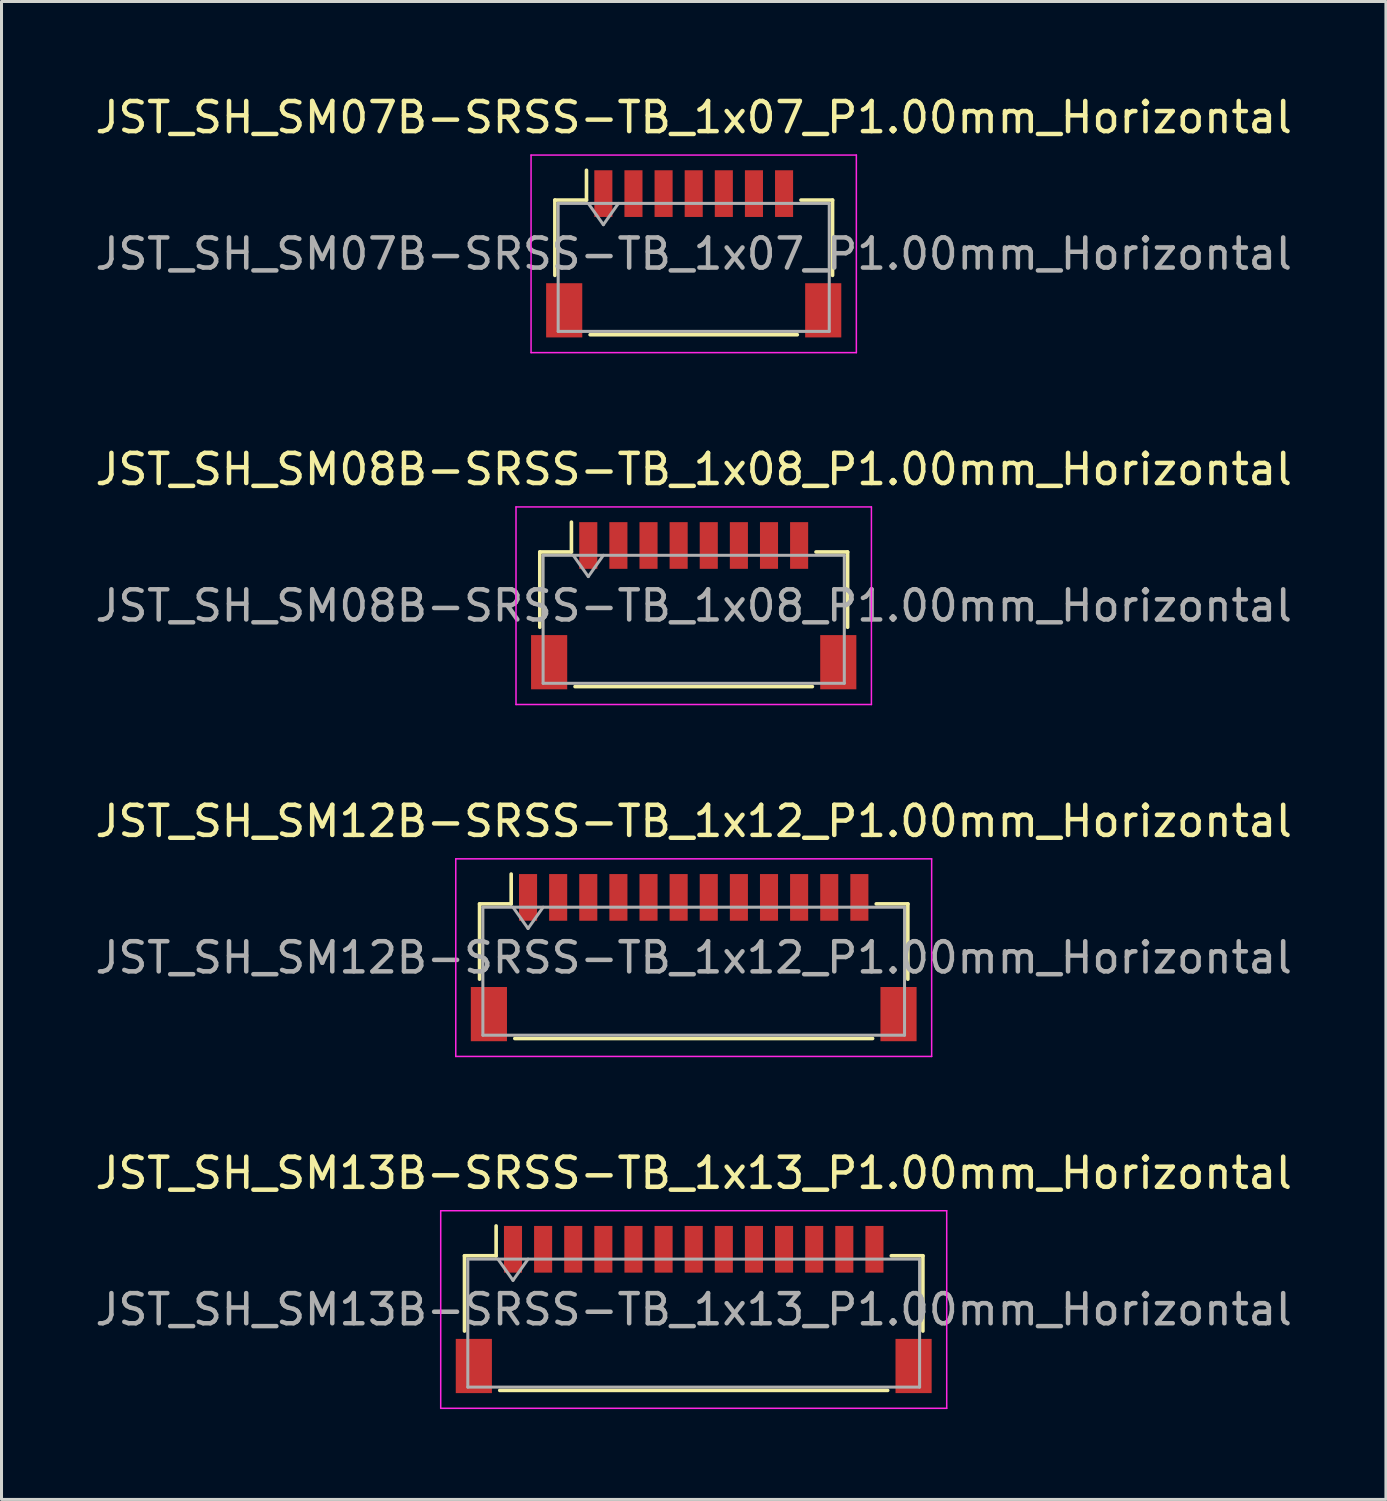
<source format=kicad_pcb>
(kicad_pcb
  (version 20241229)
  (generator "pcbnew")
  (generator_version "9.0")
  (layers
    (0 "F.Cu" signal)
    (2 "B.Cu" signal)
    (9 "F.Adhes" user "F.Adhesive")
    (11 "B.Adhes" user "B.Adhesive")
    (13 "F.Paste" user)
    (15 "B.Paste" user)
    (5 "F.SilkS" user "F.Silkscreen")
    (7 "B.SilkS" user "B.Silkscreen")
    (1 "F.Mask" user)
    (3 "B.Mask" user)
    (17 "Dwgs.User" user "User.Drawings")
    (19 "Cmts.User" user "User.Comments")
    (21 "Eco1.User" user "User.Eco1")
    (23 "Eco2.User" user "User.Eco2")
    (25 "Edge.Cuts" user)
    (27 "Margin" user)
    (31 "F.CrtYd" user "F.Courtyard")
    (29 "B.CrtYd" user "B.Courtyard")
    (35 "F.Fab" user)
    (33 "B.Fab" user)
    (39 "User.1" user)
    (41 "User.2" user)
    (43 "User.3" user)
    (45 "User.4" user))
  (footprint "JST_SH_SM12B-SRSS-TB_1x12_P1.00mm_Horizontal"
    (layer "F.Cu")
    (at 19.982 28.745)
    (property "Reference" "JST_SH_SM12B-SRSS-TB_1x12_P1.00mm_Horizontal" (at 0 -4.53 0) (layer "F.SilkS") (effects (font (size 1 1) (thickness 0.15))))
    (attr smd)
    (fp_line (start -7.11 -1.785) (end -6.06 -1.785) (stroke (width 0.12) (type solid)) (layer "F.SilkS"))
    (fp_line (start -7.11 0.715) (end -7.11 -1.785) (stroke (width 0.12) (type solid)) (layer "F.SilkS"))
    (fp_line (start -6.06 -1.785) (end -6.06 -2.775) (stroke (width 0.12) (type solid)) (layer "F.SilkS"))
    (fp_line (start -5.94 2.685) (end 5.94 2.685) (stroke (width 0.12) (type solid)) (layer "F.SilkS"))
    (fp_line (start 7.11 -1.785) (end 6.06 -1.785) (stroke (width 0.12) (type solid)) (layer "F.SilkS"))
    (fp_line (start 7.11 0.715) (end 7.11 -1.785) (stroke (width 0.12) (type solid)) (layer "F.SilkS"))
    (fp_line (start -7.9 -3.28) (end -7.9 3.28) (stroke (width 0.05) (type solid)) (layer "F.CrtYd"))
    (fp_line (start -7.9 3.28) (end 7.9 3.28) (stroke (width 0.05) (type solid)) (layer "F.CrtYd"))
    (fp_line (start 7.9 -3.28) (end -7.9 -3.28) (stroke (width 0.05) (type solid)) (layer "F.CrtYd"))
    (fp_line (start 7.9 3.28) (end 7.9 -3.28) (stroke (width 0.05) (type solid)) (layer "F.CrtYd"))
    (fp_line (start -7 -1.675) (end -7 2.575) (stroke (width 0.1) (type solid)) (layer "F.Fab"))
    (fp_line (start -7 -1.675) (end 7 -1.675) (stroke (width 0.1) (type solid)) (layer "F.Fab"))
    (fp_line (start -7 2.575) (end 7 2.575) (stroke (width 0.1) (type solid)) (layer "F.Fab"))
    (fp_line (start -6 -1.675) (end -5.5 -0.968) (stroke (width 0.1) (type solid)) (layer "F.Fab"))
    (fp_line (start -5.5 -0.968) (end -5 -1.675) (stroke (width 0.1) (type solid)) (layer "F.Fab"))
    (fp_line (start 7 -1.675) (end 7 2.575) (stroke (width 0.1) (type solid)) (layer "F.Fab"))
    (fp_text user "${REFERENCE}" (at 0 0 0) (layer "F.Fab") (effects (font (size 1 1) (thickness 0.15))))
    (pad "" smd rect (at -6.8 1.875) (size 1.2 1.8) (layers "F.Cu" "F.Mask" "F.Paste"))
    (pad "" smd rect (at 6.8 1.875) (size 1.2 1.8) (layers "F.Cu" "F.Mask" "F.Paste"))
    (pad "1" smd rect (at -5.5 -2) (size 0.6 1.55) (layers "F.Cu" "F.Mask" "F.Paste"))
    (pad "2" smd rect (at -4.5 -2) (size 0.6 1.55) (layers "F.Cu" "F.Mask" "F.Paste"))
    (pad "3" smd rect (at -3.5 -2) (size 0.6 1.55) (layers "F.Cu" "F.Mask" "F.Paste"))
    (pad "4" smd rect (at -2.5 -2) (size 0.6 1.55) (layers "F.Cu" "F.Mask" "F.Paste"))
    (pad "5" smd rect (at -1.5 -2) (size 0.6 1.55) (layers "F.Cu" "F.Mask" "F.Paste"))
    (pad "6" smd rect (at -0.5 -2) (size 0.6 1.55) (layers "F.Cu" "F.Mask" "F.Paste"))
    (pad "7" smd rect (at 0.5 -2) (size 0.6 1.55) (layers "F.Cu" "F.Mask" "F.Paste"))
    (pad "8" smd rect (at 1.5 -2) (size 0.6 1.55) (layers "F.Cu" "F.Mask" "F.Paste"))
    (pad "9" smd rect (at 2.5 -2) (size 0.6 1.55) (layers "F.Cu" "F.Mask" "F.Paste"))
    (pad "10" smd rect (at 3.5 -2) (size 0.6 1.55) (layers "F.Cu" "F.Mask" "F.Paste"))
    (pad "11" smd rect (at 4.5 -2) (size 0.6 1.55) (layers "F.Cu" "F.Mask" "F.Paste"))
    (pad "12" smd rect (at 5.5 -2) (size 0.6 1.55) (layers "F.Cu" "F.Mask" "F.Paste")))
  (footprint "JST_SH_SM08B-SRSS-TB_1x08_P1.00mm_Horizontal"
    (layer "F.Cu")
    (at 19.982 17.061)
    (property "Reference" "JST_SH_SM08B-SRSS-TB_1x08_P1.00mm_Horizontal" (at 0 -4.53 0) (layer "F.SilkS") (effects (font (size 1 1) (thickness 0.15))))
    (attr smd)
    (fp_line (start -5.11 -1.785) (end -4.06 -1.785) (stroke (width 0.12) (type solid)) (layer "F.SilkS"))
    (fp_line (start -5.11 0.715) (end -5.11 -1.785) (stroke (width 0.12) (type solid)) (layer "F.SilkS"))
    (fp_line (start -4.06 -1.785) (end -4.06 -2.775) (stroke (width 0.12) (type solid)) (layer "F.SilkS"))
    (fp_line (start -3.94 2.685) (end 3.94 2.685) (stroke (width 0.12) (type solid)) (layer "F.SilkS"))
    (fp_line (start 5.11 -1.785) (end 4.06 -1.785) (stroke (width 0.12) (type solid)) (layer "F.SilkS"))
    (fp_line (start 5.11 0.715) (end 5.11 -1.785) (stroke (width 0.12) (type solid)) (layer "F.SilkS"))
    (fp_line (start -5.9 -3.28) (end -5.9 3.28) (stroke (width 0.05) (type solid)) (layer "F.CrtYd"))
    (fp_line (start -5.9 3.28) (end 5.9 3.28) (stroke (width 0.05) (type solid)) (layer "F.CrtYd"))
    (fp_line (start 5.9 -3.28) (end -5.9 -3.28) (stroke (width 0.05) (type solid)) (layer "F.CrtYd"))
    (fp_line (start 5.9 3.28) (end 5.9 -3.28) (stroke (width 0.05) (type solid)) (layer "F.CrtYd"))
    (fp_line (start -5 -1.675) (end -5 2.575) (stroke (width 0.1) (type solid)) (layer "F.Fab"))
    (fp_line (start -5 -1.675) (end 5 -1.675) (stroke (width 0.1) (type solid)) (layer "F.Fab"))
    (fp_line (start -5 2.575) (end 5 2.575) (stroke (width 0.1) (type solid)) (layer "F.Fab"))
    (fp_line (start -4 -1.675) (end -3.5 -0.968) (stroke (width 0.1) (type solid)) (layer "F.Fab"))
    (fp_line (start -3.5 -0.968) (end -3 -1.675) (stroke (width 0.1) (type solid)) (layer "F.Fab"))
    (fp_line (start 5 -1.675) (end 5 2.575) (stroke (width 0.1) (type solid)) (layer "F.Fab"))
    (fp_text user "${REFERENCE}" (at 0 0 0) (layer "F.Fab") (effects (font (size 1 1) (thickness 0.15))))
    (pad "" smd rect (at -4.8 1.875) (size 1.2 1.8) (layers "F.Cu" "F.Mask" "F.Paste"))
    (pad "" smd rect (at 4.8 1.875) (size 1.2 1.8) (layers "F.Cu" "F.Mask" "F.Paste"))
    (pad "1" smd rect (at -3.5 -2) (size 0.6 1.55) (layers "F.Cu" "F.Mask" "F.Paste"))
    (pad "2" smd rect (at -2.5 -2) (size 0.6 1.55) (layers "F.Cu" "F.Mask" "F.Paste"))
    (pad "3" smd rect (at -1.5 -2) (size 0.6 1.55) (layers "F.Cu" "F.Mask" "F.Paste"))
    (pad "4" smd rect (at -0.5 -2) (size 0.6 1.55) (layers "F.Cu" "F.Mask" "F.Paste"))
    (pad "5" smd rect (at 0.5 -2) (size 0.6 1.55) (layers "F.Cu" "F.Mask" "F.Paste"))
    (pad "6" smd rect (at 1.5 -2) (size 0.6 1.55) (layers "F.Cu" "F.Mask" "F.Paste"))
    (pad "7" smd rect (at 2.5 -2) (size 0.6 1.55) (layers "F.Cu" "F.Mask" "F.Paste"))
    (pad "8" smd rect (at 3.5 -2) (size 0.6 1.55) (layers "F.Cu" "F.Mask" "F.Paste")))
  (footprint "JST_SH_SM13B-SRSS-TB_1x13_P1.00mm_Horizontal"
    (layer "F.Cu")
    (at 19.982 40.428)
    (property "Reference" "JST_SH_SM13B-SRSS-TB_1x13_P1.00mm_Horizontal" (at 0 -4.53 0) (layer "F.SilkS") (effects (font (size 1 1) (thickness 0.15))))
    (attr smd)
    (fp_line (start -7.61 -1.785) (end -6.56 -1.785) (stroke (width 0.12) (type solid)) (layer "F.SilkS"))
    (fp_line (start -7.61 0.715) (end -7.61 -1.785) (stroke (width 0.12) (type solid)) (layer "F.SilkS"))
    (fp_line (start -6.56 -1.785) (end -6.56 -2.775) (stroke (width 0.12) (type solid)) (layer "F.SilkS"))
    (fp_line (start -6.44 2.685) (end 6.44 2.685) (stroke (width 0.12) (type solid)) (layer "F.SilkS"))
    (fp_line (start 7.61 -1.785) (end 6.56 -1.785) (stroke (width 0.12) (type solid)) (layer "F.SilkS"))
    (fp_line (start 7.61 0.715) (end 7.61 -1.785) (stroke (width 0.12) (type solid)) (layer "F.SilkS"))
    (fp_line (start -8.4 -3.28) (end -8.4 3.28) (stroke (width 0.05) (type solid)) (layer "F.CrtYd"))
    (fp_line (start -8.4 3.28) (end 8.4 3.28) (stroke (width 0.05) (type solid)) (layer "F.CrtYd"))
    (fp_line (start 8.4 -3.28) (end -8.4 -3.28) (stroke (width 0.05) (type solid)) (layer "F.CrtYd"))
    (fp_line (start 8.4 3.28) (end 8.4 -3.28) (stroke (width 0.05) (type solid)) (layer "F.CrtYd"))
    (fp_line (start -7.5 -1.675) (end -7.5 2.575) (stroke (width 0.1) (type solid)) (layer "F.Fab"))
    (fp_line (start -7.5 -1.675) (end 7.5 -1.675) (stroke (width 0.1) (type solid)) (layer "F.Fab"))
    (fp_line (start -7.5 2.575) (end 7.5 2.575) (stroke (width 0.1) (type solid)) (layer "F.Fab"))
    (fp_line (start -6.5 -1.675) (end -6 -0.968) (stroke (width 0.1) (type solid)) (layer "F.Fab"))
    (fp_line (start -6 -0.968) (end -5.5 -1.675) (stroke (width 0.1) (type solid)) (layer "F.Fab"))
    (fp_line (start 7.5 -1.675) (end 7.5 2.575) (stroke (width 0.1) (type solid)) (layer "F.Fab"))
    (fp_text user "${REFERENCE}" (at 0 0 0) (layer "F.Fab") (effects (font (size 1 1) (thickness 0.15))))
    (pad "" smd rect (at -7.3 1.875) (size 1.2 1.8) (layers "F.Cu" "F.Mask" "F.Paste"))
    (pad "" smd rect (at 7.3 1.875) (size 1.2 1.8) (layers "F.Cu" "F.Mask" "F.Paste"))
    (pad "1" smd rect (at -6 -2) (size 0.6 1.55) (layers "F.Cu" "F.Mask" "F.Paste"))
    (pad "2" smd rect (at -5 -2) (size 0.6 1.55) (layers "F.Cu" "F.Mask" "F.Paste"))
    (pad "3" smd rect (at -4 -2) (size 0.6 1.55) (layers "F.Cu" "F.Mask" "F.Paste"))
    (pad "4" smd rect (at -3 -2) (size 0.6 1.55) (layers "F.Cu" "F.Mask" "F.Paste"))
    (pad "5" smd rect (at -2 -2) (size 0.6 1.55) (layers "F.Cu" "F.Mask" "F.Paste"))
    (pad "6" smd rect (at -1 -2) (size 0.6 1.55) (layers "F.Cu" "F.Mask" "F.Paste"))
    (pad "7" smd rect (at 0 -2) (size 0.6 1.55) (layers "F.Cu" "F.Mask" "F.Paste"))
    (pad "8" smd rect (at 1 -2) (size 0.6 1.55) (layers "F.Cu" "F.Mask" "F.Paste"))
    (pad "9" smd rect (at 2 -2) (size 0.6 1.55) (layers "F.Cu" "F.Mask" "F.Paste"))
    (pad "10" smd rect (at 3 -2) (size 0.6 1.55) (layers "F.Cu" "F.Mask" "F.Paste"))
    (pad "11" smd rect (at 4 -2) (size 0.6 1.55) (layers "F.Cu" "F.Mask" "F.Paste"))
    (pad "12" smd rect (at 5 -2) (size 0.6 1.55) (layers "F.Cu" "F.Mask" "F.Paste"))
    (pad "13" smd rect (at 6 -2) (size 0.6 1.55) (layers "F.Cu" "F.Mask" "F.Paste")))
  (footprint "JST_SH_SM07B-SRSS-TB_1x07_P1.00mm_Horizontal"
    (layer "F.Cu")
    (at 19.982 5.378)
    (property "Reference" "JST_SH_SM07B-SRSS-TB_1x07_P1.00mm_Horizontal" (at 0 -4.53 0) (layer "F.SilkS") (effects (font (size 1 1) (thickness 0.15))))
    (attr smd)
    (fp_line (start -4.61 -1.785) (end -3.56 -1.785) (stroke (width 0.12) (type solid)) (layer "F.SilkS"))
    (fp_line (start -4.61 0.715) (end -4.61 -1.785) (stroke (width 0.12) (type solid)) (layer "F.SilkS"))
    (fp_line (start -3.56 -1.785) (end -3.56 -2.775) (stroke (width 0.12) (type solid)) (layer "F.SilkS"))
    (fp_line (start -3.44 2.685) (end 3.44 2.685) (stroke (width 0.12) (type solid)) (layer "F.SilkS"))
    (fp_line (start 4.61 -1.785) (end 3.56 -1.785) (stroke (width 0.12) (type solid)) (layer "F.SilkS"))
    (fp_line (start 4.61 0.715) (end 4.61 -1.785) (stroke (width 0.12) (type solid)) (layer "F.SilkS"))
    (fp_line (start -5.4 -3.28) (end -5.4 3.28) (stroke (width 0.05) (type solid)) (layer "F.CrtYd"))
    (fp_line (start -5.4 3.28) (end 5.4 3.28) (stroke (width 0.05) (type solid)) (layer "F.CrtYd"))
    (fp_line (start 5.4 -3.28) (end -5.4 -3.28) (stroke (width 0.05) (type solid)) (layer "F.CrtYd"))
    (fp_line (start 5.4 3.28) (end 5.4 -3.28) (stroke (width 0.05) (type solid)) (layer "F.CrtYd"))
    (fp_line (start -4.5 -1.675) (end -4.5 2.575) (stroke (width 0.1) (type solid)) (layer "F.Fab"))
    (fp_line (start -4.5 -1.675) (end 4.5 -1.675) (stroke (width 0.1) (type solid)) (layer "F.Fab"))
    (fp_line (start -4.5 2.575) (end 4.5 2.575) (stroke (width 0.1) (type solid)) (layer "F.Fab"))
    (fp_line (start -3.5 -1.675) (end -3 -0.968) (stroke (width 0.1) (type solid)) (layer "F.Fab"))
    (fp_line (start -3 -0.968) (end -2.5 -1.675) (stroke (width 0.1) (type solid)) (layer "F.Fab"))
    (fp_line (start 4.5 -1.675) (end 4.5 2.575) (stroke (width 0.1) (type solid)) (layer "F.Fab"))
    (fp_text user "${REFERENCE}" (at 0 0 0) (layer "F.Fab") (effects (font (size 1 1) (thickness 0.15))))
    (pad "" smd rect (at -4.3 1.875) (size 1.2 1.8) (layers "F.Cu" "F.Mask" "F.Paste"))
    (pad "" smd rect (at 4.3 1.875) (size 1.2 1.8) (layers "F.Cu" "F.Mask" "F.Paste"))
    (pad "1" smd rect (at -3 -2) (size 0.6 1.55) (layers "F.Cu" "F.Mask" "F.Paste"))
    (pad "2" smd rect (at -2 -2) (size 0.6 1.55) (layers "F.Cu" "F.Mask" "F.Paste"))
    (pad "3" smd rect (at -1 -2) (size 0.6 1.55) (layers "F.Cu" "F.Mask" "F.Paste"))
    (pad "4" smd rect (at 0 -2) (size 0.6 1.55) (layers "F.Cu" "F.Mask" "F.Paste"))
    (pad "5" smd rect (at 1 -2) (size 0.6 1.55) (layers "F.Cu" "F.Mask" "F.Paste"))
    (pad "6" smd rect (at 2 -2) (size 0.6 1.55) (layers "F.Cu" "F.Mask" "F.Paste"))
    (pad "7" smd rect (at 3 -2) (size 0.6 1.55) (layers "F.Cu" "F.Mask" "F.Paste")))
  (gr_rect
    (start -3 -3)
    (end 42.964 46.733)
    (stroke (width 0.1) (type default))
    (fill no)
    (layer "Edge.Cuts")))
</source>
